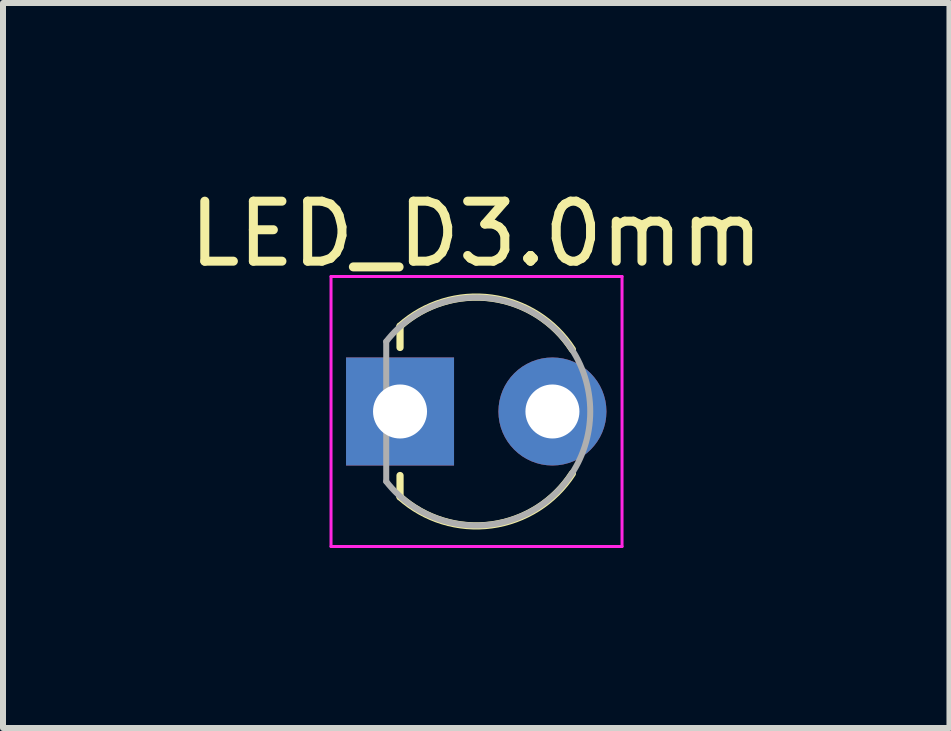
<source format=kicad_pcb>
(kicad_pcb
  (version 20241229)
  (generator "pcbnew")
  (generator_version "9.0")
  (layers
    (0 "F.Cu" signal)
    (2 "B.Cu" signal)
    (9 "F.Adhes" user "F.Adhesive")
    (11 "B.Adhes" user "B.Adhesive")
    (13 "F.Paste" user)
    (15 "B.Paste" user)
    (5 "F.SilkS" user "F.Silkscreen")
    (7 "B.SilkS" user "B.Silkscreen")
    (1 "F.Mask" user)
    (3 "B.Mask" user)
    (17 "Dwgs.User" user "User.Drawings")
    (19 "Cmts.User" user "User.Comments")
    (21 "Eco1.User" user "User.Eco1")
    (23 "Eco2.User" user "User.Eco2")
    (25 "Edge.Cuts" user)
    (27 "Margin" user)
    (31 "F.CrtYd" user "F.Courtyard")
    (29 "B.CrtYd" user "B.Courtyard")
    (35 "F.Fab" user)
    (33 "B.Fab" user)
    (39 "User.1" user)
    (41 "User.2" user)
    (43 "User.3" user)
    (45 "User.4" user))
  (footprint "LED_D3.0mm"
    (layer "F.Cu")
    (at 3.617 3.808)
    (property "Reference" "LED_D3.0mm" (at 1.27 -2.96 0) (layer "F.SilkS") (effects (font (size 1 1) (thickness 0.15))))
    (attr through_hole)
    (fp_line (start 0 -1.422) (end 0 -1.067) (stroke (width 0.12) (type solid)) (layer "F.SilkS"))
    (fp_line (start 0 1.067) (end 0 1.422) (stroke (width 0.12) (type solid)) (layer "F.SilkS"))
    (fp_arc (start 0 -1.4224) (mid 1.525804 -1.889626) (end 2.872468 -1.033546) (stroke (width 0.12) (type solid)) (layer "F.SilkS"))
    (fp_arc (start 2.872469 1.033545) (mid 1.525805 1.889626) (end 0 1.4224) (stroke (width 0.12) (type solid)) (layer "F.SilkS"))
    (fp_line (start -1.15 -2.25) (end -1.15 2.25) (stroke (width 0.05) (type solid)) (layer "F.CrtYd"))
    (fp_line (start -1.15 2.25) (end 3.7 2.25) (stroke (width 0.05) (type solid)) (layer "F.CrtYd"))
    (fp_line (start 3.7 -2.25) (end -1.15 -2.25) (stroke (width 0.05) (type solid)) (layer "F.CrtYd"))
    (fp_line (start 3.7 2.25) (end 3.7 -2.25) (stroke (width 0.05) (type solid)) (layer "F.CrtYd"))
    (fp_line (start -0.23 -1.166) (end -0.23 1.166) (stroke (width 0.1) (type solid)) (layer "F.Fab"))
    (fp_arc (start -0.23 -1.16619) (mid 3.17 0.000452) (end -0.230555 1.165476) (stroke (width 0.1) (type solid)) (layer "F.Fab"))
    (pad "1" thru_hole rect (at 0 0) (size 1.8 1.8) (drill 0.9) (layers "*.Cu" "*.Mask"))
    (pad "2" thru_hole circle (at 2.54 0) (size 1.8 1.8) (drill 0.9) (layers "*.Cu" "*.Mask")))
  (gr_rect
    (start -3 -3)
    (end 12.774 9.083)
    (stroke (width 0.1) (type default))
    (fill no)
    (layer "Edge.Cuts")))
</source>
